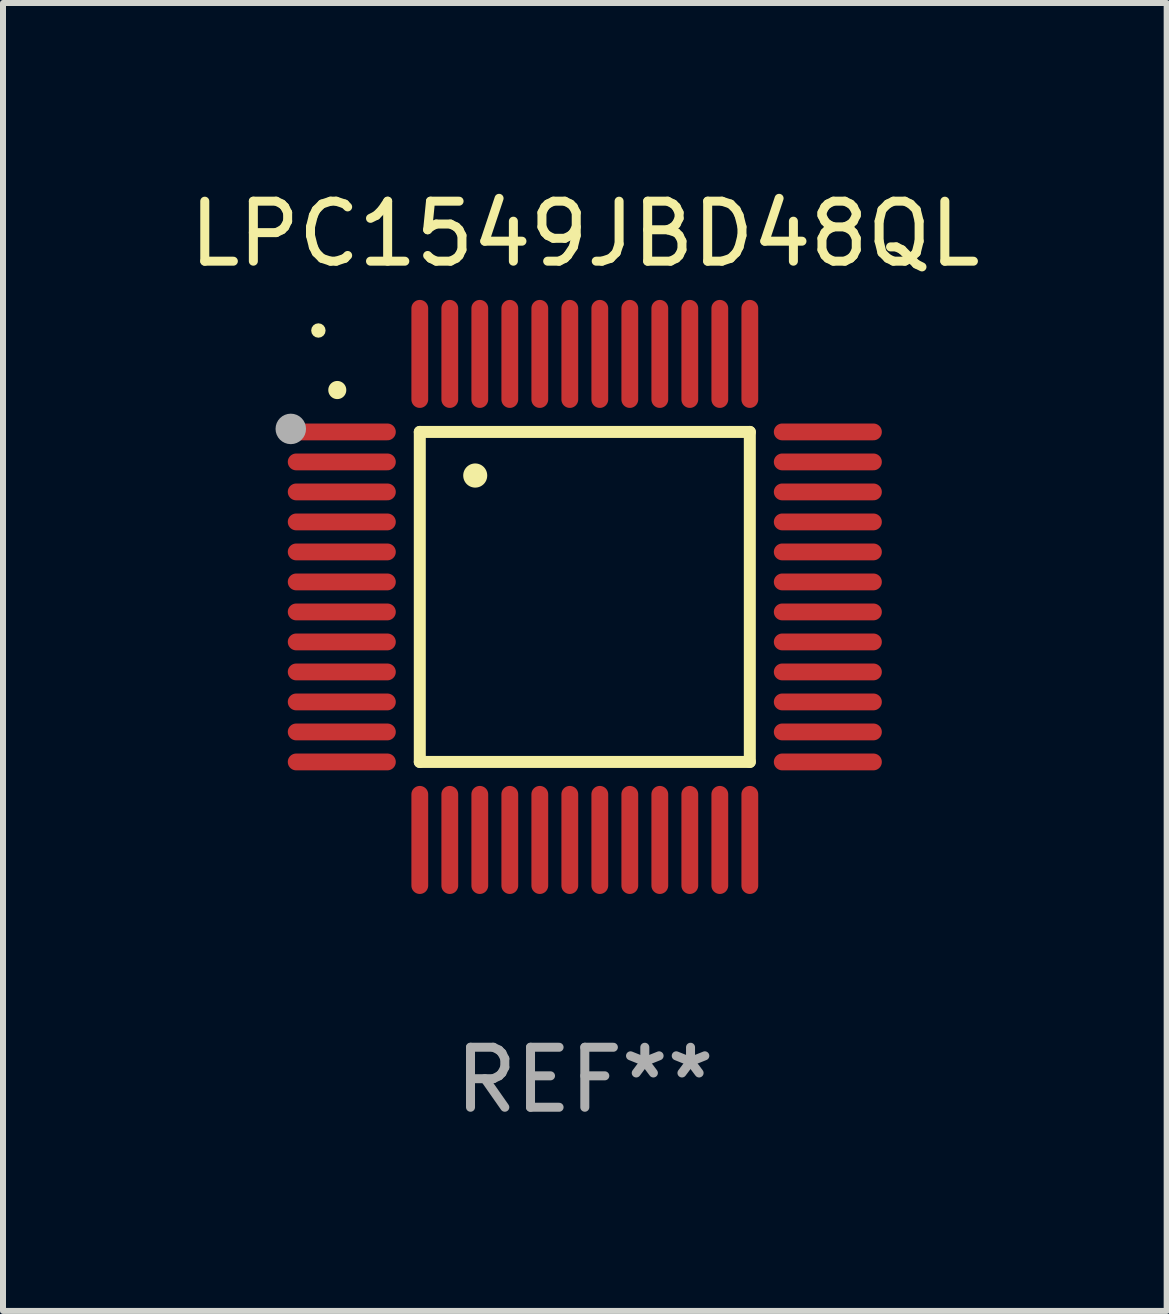
<source format=kicad_pcb>
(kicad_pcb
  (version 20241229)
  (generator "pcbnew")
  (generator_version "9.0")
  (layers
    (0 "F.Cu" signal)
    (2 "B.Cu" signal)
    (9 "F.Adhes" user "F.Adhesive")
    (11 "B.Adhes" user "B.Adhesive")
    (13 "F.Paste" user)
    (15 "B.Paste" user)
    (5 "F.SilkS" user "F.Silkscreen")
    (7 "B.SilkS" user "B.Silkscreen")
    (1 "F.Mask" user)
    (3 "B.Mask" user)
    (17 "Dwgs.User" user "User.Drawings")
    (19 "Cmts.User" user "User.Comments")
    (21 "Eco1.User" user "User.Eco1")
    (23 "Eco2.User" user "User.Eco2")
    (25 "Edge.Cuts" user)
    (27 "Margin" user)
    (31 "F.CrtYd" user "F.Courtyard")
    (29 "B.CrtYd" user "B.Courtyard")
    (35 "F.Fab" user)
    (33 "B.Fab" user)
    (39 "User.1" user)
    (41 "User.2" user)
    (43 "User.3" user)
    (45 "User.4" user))
  (footprint "LPC1549JBD48QL"
    (layer "F.Cu")
    (at 6.696 6.898)
    (property "Reference" "LPC1549JBD48QL" (at 0 -6.05 0) (layer "F.SilkS") (effects (font (size 1 1) (thickness 0.15))))
    (attr through_hole)
    (fp_line (start -2.75 -2.75) (end 2.75 -2.75) (stroke (width 0.2) (type solid)) (layer "F.SilkS"))
    (fp_line (start -2.75 2.75) (end -2.75 -2.75) (stroke (width 0.2) (type solid)) (layer "F.SilkS"))
    (fp_line (start 2.75 -2.75) (end 2.75 2.75) (stroke (width 0.2) (type solid)) (layer "F.SilkS"))
    (fp_line (start 2.75 2.75) (end -2.75 2.75) (stroke (width 0.2) (type solid)) (layer "F.SilkS"))
    (fp_arc (start -4.124968 -3.446787) (mid -4.124973 -3.448057) (end -4.124968 -3.449327) (stroke (width 0.3) (type solid)) (layer "F.SilkS"))
    (fp_arc (start -1.826264 -2.021844) (mid -1.826268 -2.023114) (end -1.826264 -2.024384) (stroke (width 0.4) (type solid)) (layer "F.SilkS"))
    (fp_circle (center -4.44 -4.44) (end -4.38 -4.44) (stroke (width 0.12) (type solid)) (fill no) (layer "F.SilkS"))
    (fp_circle (center -4.9 -2.8) (end -4.773 -2.8) (stroke (width 0.254) (type solid)) (fill no) (layer "F.Fab"))
    (fp_text user "REF**" (at 0 8.05 0) (layer "F.Fab") (effects (font (size 1 1) (thickness 0.15))))
    (pad "1" smd oval (at -4.05 -2.75 90) (size 0.28 1.8) (layers "F.Cu" "F.Mask" "F.Paste"))
    (pad "2" smd oval (at -4.05 -2.25 90) (size 0.28 1.8) (layers "F.Cu" "F.Mask" "F.Paste"))
    (pad "3" smd oval (at -4.05 -1.75 90) (size 0.28 1.8) (layers "F.Cu" "F.Mask" "F.Paste"))
    (pad "4" smd oval (at -4.05 -1.25 90) (size 0.28 1.8) (layers "F.Cu" "F.Mask" "F.Paste"))
    (pad "5" smd oval (at -4.05 -0.75 90) (size 0.28 1.8) (layers "F.Cu" "F.Mask" "F.Paste"))
    (pad "6" smd oval (at -4.05 -0.25 90) (size 0.28 1.8) (layers "F.Cu" "F.Mask" "F.Paste"))
    (pad "7" smd oval (at -4.05 0.25 90) (size 0.28 1.8) (layers "F.Cu" "F.Mask" "F.Paste"))
    (pad "8" smd oval (at -4.05 0.75 90) (size 0.28 1.8) (layers "F.Cu" "F.Mask" "F.Paste"))
    (pad "9" smd oval (at -4.05 1.25 90) (size 0.28 1.8) (layers "F.Cu" "F.Mask" "F.Paste"))
    (pad "10" smd oval (at -4.05 1.75 90) (size 0.28 1.8) (layers "F.Cu" "F.Mask" "F.Paste"))
    (pad "11" smd oval (at -4.05 2.25 90) (size 0.28 1.8) (layers "F.Cu" "F.Mask" "F.Paste"))
    (pad "12" smd oval (at -4.05 2.75 90) (size 0.28 1.8) (layers "F.Cu" "F.Mask" "F.Paste"))
    (pad "13" smd oval (at -2.75 4.05) (size 0.28 1.8) (layers "F.Cu" "F.Mask" "F.Paste"))
    (pad "14" smd oval (at -2.25 4.05) (size 0.28 1.8) (layers "F.Cu" "F.Mask" "F.Paste"))
    (pad "15" smd oval (at -1.75 4.05) (size 0.28 1.8) (layers "F.Cu" "F.Mask" "F.Paste"))
    (pad "16" smd oval (at -1.25 4.05) (size 0.28 1.8) (layers "F.Cu" "F.Mask" "F.Paste"))
    (pad "17" smd oval (at -0.75 4.05) (size 0.28 1.8) (layers "F.Cu" "F.Mask" "F.Paste"))
    (pad "18" smd oval (at -0.25 4.05) (size 0.28 1.8) (layers "F.Cu" "F.Mask" "F.Paste"))
    (pad "19" smd oval (at 0.25 4.05) (size 0.28 1.8) (layers "F.Cu" "F.Mask" "F.Paste"))
    (pad "20" smd oval (at 0.75 4.05) (size 0.28 1.8) (layers "F.Cu" "F.Mask" "F.Paste"))
    (pad "21" smd oval (at 1.25 4.05) (size 0.28 1.8) (layers "F.Cu" "F.Mask" "F.Paste"))
    (pad "22" smd oval (at 1.75 4.05) (size 0.28 1.8) (layers "F.Cu" "F.Mask" "F.Paste"))
    (pad "23" smd oval (at 2.25 4.05) (size 0.28 1.8) (layers "F.Cu" "F.Mask" "F.Paste"))
    (pad "24" smd oval (at 2.75 4.05) (size 0.28 1.8) (layers "F.Cu" "F.Mask" "F.Paste"))
    (pad "25" smd oval (at 4.05 2.75 90) (size 0.28 1.8) (layers "F.Cu" "F.Mask" "F.Paste"))
    (pad "26" smd oval (at 4.05 2.25 90) (size 0.28 1.8) (layers "F.Cu" "F.Mask" "F.Paste"))
    (pad "27" smd oval (at 4.05 1.75 90) (size 0.28 1.8) (layers "F.Cu" "F.Mask" "F.Paste"))
    (pad "28" smd oval (at 4.05 1.25 90) (size 0.28 1.8) (layers "F.Cu" "F.Mask" "F.Paste"))
    (pad "29" smd oval (at 4.05 0.75 90) (size 0.28 1.8) (layers "F.Cu" "F.Mask" "F.Paste"))
    (pad "30" smd oval (at 4.05 0.25 90) (size 0.28 1.8) (layers "F.Cu" "F.Mask" "F.Paste"))
    (pad "31" smd oval (at 4.05 -0.25 90) (size 0.28 1.8) (layers "F.Cu" "F.Mask" "F.Paste"))
    (pad "32" smd oval (at 4.05 -0.75 90) (size 0.28 1.8) (layers "F.Cu" "F.Mask" "F.Paste"))
    (pad "33" smd oval (at 4.05 -1.25 90) (size 0.28 1.8) (layers "F.Cu" "F.Mask" "F.Paste"))
    (pad "34" smd oval (at 4.05 -1.75 90) (size 0.28 1.8) (layers "F.Cu" "F.Mask" "F.Paste"))
    (pad "35" smd oval (at 4.05 -2.25 90) (size 0.28 1.8) (layers "F.Cu" "F.Mask" "F.Paste"))
    (pad "36" smd oval (at 4.05 -2.75 90) (size 0.28 1.8) (layers "F.Cu" "F.Mask" "F.Paste"))
    (pad "37" smd oval (at 2.75 -4.05) (size 0.28 1.8) (layers "F.Cu" "F.Mask" "F.Paste"))
    (pad "38" smd oval (at 2.25 -4.05) (size 0.28 1.8) (layers "F.Cu" "F.Mask" "F.Paste"))
    (pad "39" smd oval (at 1.75 -4.05) (size 0.28 1.8) (layers "F.Cu" "F.Mask" "F.Paste"))
    (pad "40" smd oval (at 1.25 -4.05) (size 0.28 1.8) (layers "F.Cu" "F.Mask" "F.Paste"))
    (pad "41" smd oval (at 0.75 -4.05) (size 0.28 1.8) (layers "F.Cu" "F.Mask" "F.Paste"))
    (pad "42" smd oval (at 0.25 -4.05) (size 0.28 1.8) (layers "F.Cu" "F.Mask" "F.Paste"))
    (pad "43" smd oval (at -0.25 -4.05) (size 0.28 1.8) (layers "F.Cu" "F.Mask" "F.Paste"))
    (pad "44" smd oval (at -0.75 -4.05) (size 0.28 1.8) (layers "F.Cu" "F.Mask" "F.Paste"))
    (pad "45" smd oval (at -1.25 -4.05) (size 0.28 1.8) (layers "F.Cu" "F.Mask" "F.Paste"))
    (pad "46" smd oval (at -1.75 -4.05) (size 0.28 1.8) (layers "F.Cu" "F.Mask" "F.Paste"))
    (pad "47" smd oval (at -2.25 -4.05) (size 0.28 1.8) (layers "F.Cu" "F.Mask" "F.Paste"))
    (pad "48" smd oval (at -2.75 -4.05) (size 0.28 1.8) (layers "F.Cu" "F.Mask" "F.Paste")))
  (gr_rect
    (start -3 -3)
    (end 16.393 18.797)
    (stroke (width 0.1) (type default))
    (fill no)
    (layer "Edge.Cuts")))
</source>
